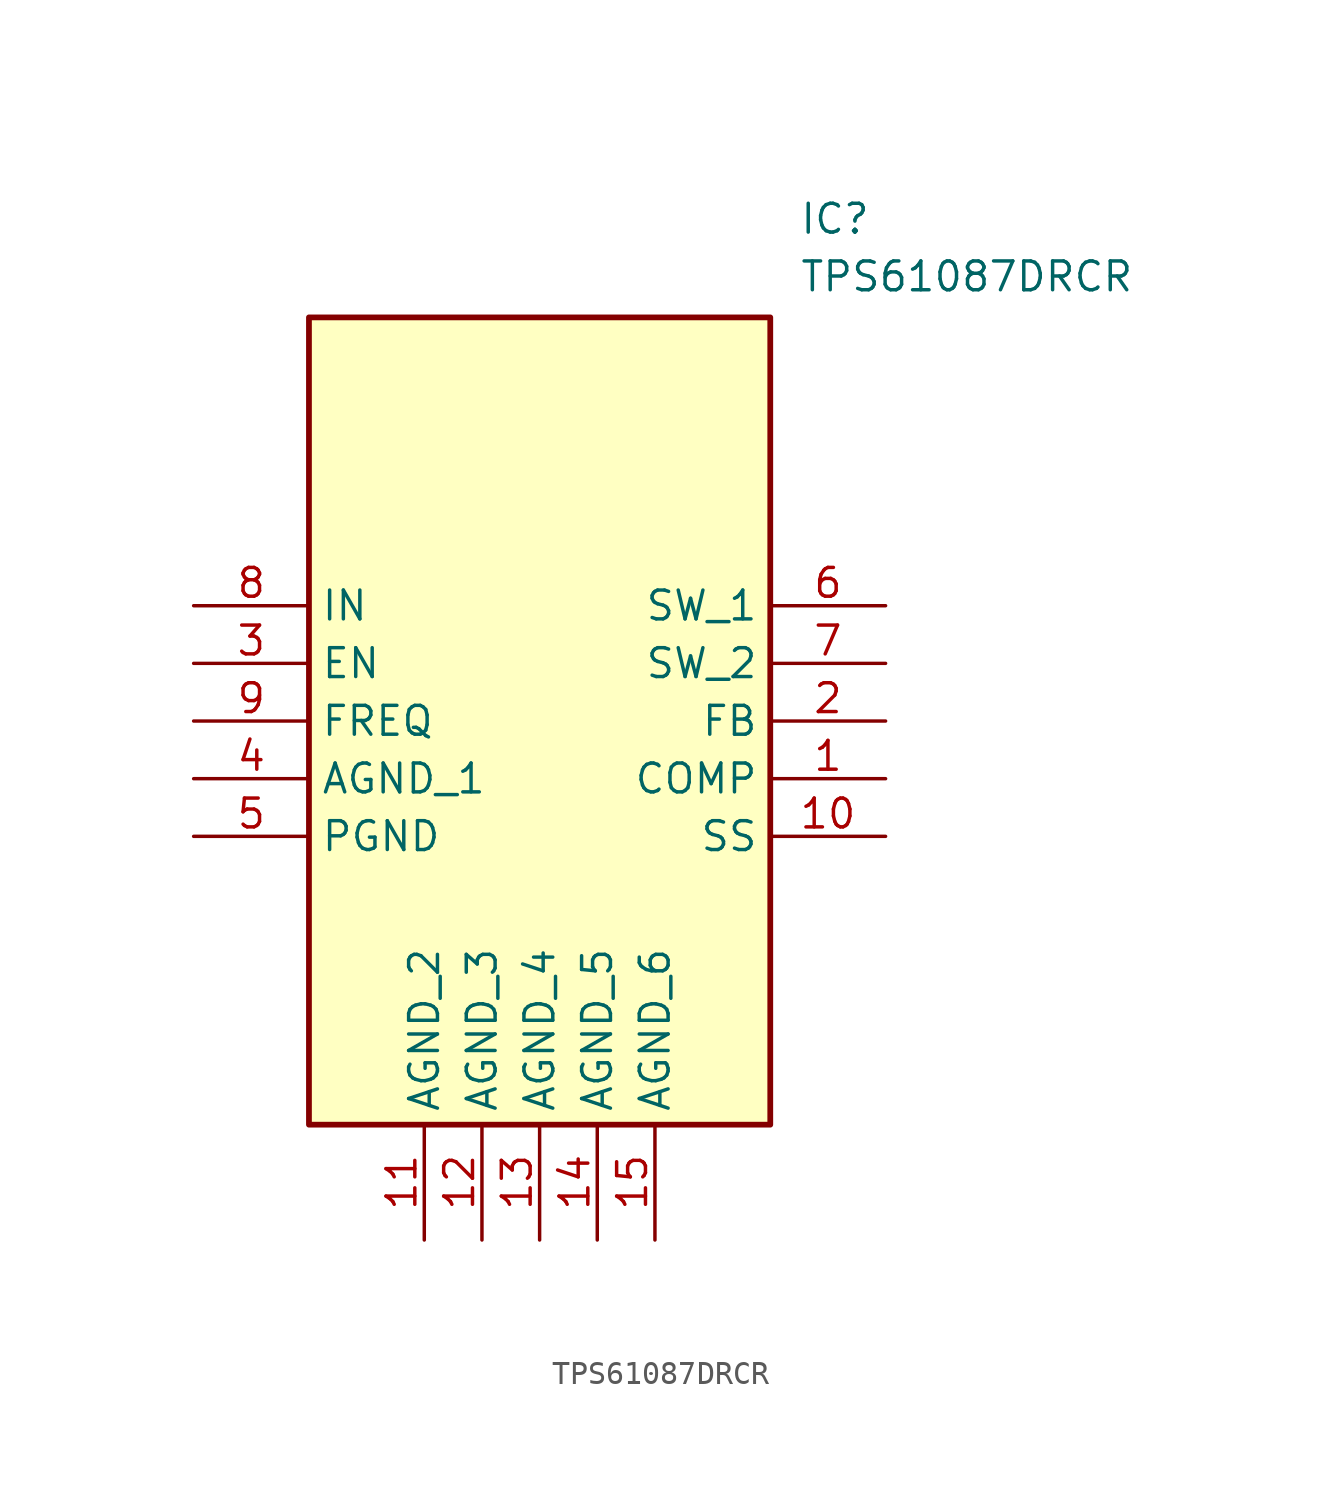
<source format=kicad_sym>
(kicad_symbol_lib
  (version 20220914)
  (generator kicad_symbol_editor)
  (symbol "TPS61087DRCR"
    (property "Reference" "IC"
      (at 26.67 17.78 0)
      (effects (font (size 1.27 1.27)) (justify left top)))
    (property "Value" "TPS61087DRCR"
      (at 26.67 15.24 0)
      (effects (font (size 1.27 1.27)) (justify left top)))
    (symbol "TPS61087DRCR_1_1"
      (rectangle (start 5.08 12.7) (end 25.4 -22.86) (stroke (width 0.254) (type default)) (fill (type background)))
      (pin passive line (at 30.48 -7.62 180) (length 5.08) (name "COMP" (effects (font (size 1.27 1.27)))) (number "1" (effects (font (size 1.27 1.27)))))
      (pin passive line (at 30.48 -10.16 180) (length 5.08) (name "SS" (effects (font (size 1.27 1.27)))) (number "10" (effects (font (size 1.27 1.27)))))
      (pin passive line (at 10.16 -27.94 90) (length 5.08) (name "AGND_2" (effects (font (size 1.27 1.27)))) (number "11" (effects (font (size 1.27 1.27)))))
      (pin passive line (at 12.7 -27.94 90) (length 5.08) (name "AGND_3" (effects (font (size 1.27 1.27)))) (number "12" (effects (font (size 1.27 1.27)))))
      (pin passive line (at 15.24 -27.94 90) (length 5.08) (name "AGND_4" (effects (font (size 1.27 1.27)))) (number "13" (effects (font (size 1.27 1.27)))))
      (pin passive line (at 17.78 -27.94 90) (length 5.08) (name "AGND_5" (effects (font (size 1.27 1.27)))) (number "14" (effects (font (size 1.27 1.27)))))
      (pin passive line (at 20.32 -27.94 90) (length 5.08) (name "AGND_6" (effects (font (size 1.27 1.27)))) (number "15" (effects (font (size 1.27 1.27)))))
      (pin passive line (at 30.48 -5.08 180) (length 5.08) (name "FB" (effects (font (size 1.27 1.27)))) (number "2" (effects (font (size 1.27 1.27)))))
      (pin passive line (at 0 -2.54 0) (length 5.08) (name "EN" (effects (font (size 1.27 1.27)))) (number "3" (effects (font (size 1.27 1.27)))))
      (pin passive line (at 0 -7.62 0) (length 5.08) (name "AGND_1" (effects (font (size 1.27 1.27)))) (number "4" (effects (font (size 1.27 1.27)))))
      (pin passive line (at 0 -10.16 0) (length 5.08) (name "PGND" (effects (font (size 1.27 1.27)))) (number "5" (effects (font (size 1.27 1.27)))))
      (pin passive line (at 30.48 0 180) (length 5.08) (name "SW_1" (effects (font (size 1.27 1.27)))) (number "6" (effects (font (size 1.27 1.27)))))
      (pin passive line (at 30.48 -2.54 180) (length 5.08) (name "SW_2" (effects (font (size 1.27 1.27)))) (number "7" (effects (font (size 1.27 1.27)))))
      (pin passive line (at 0 0 0) (length 5.08) (name "IN" (effects (font (size 1.27 1.27)))) (number "8" (effects (font (size 1.27 1.27)))))
      (pin passive line (at 0 -5.08 0) (length 5.08) (name "FREQ" (effects (font (size 1.27 1.27)))) (number "9" (effects (font (size 1.27 1.27))))))))
</source>
